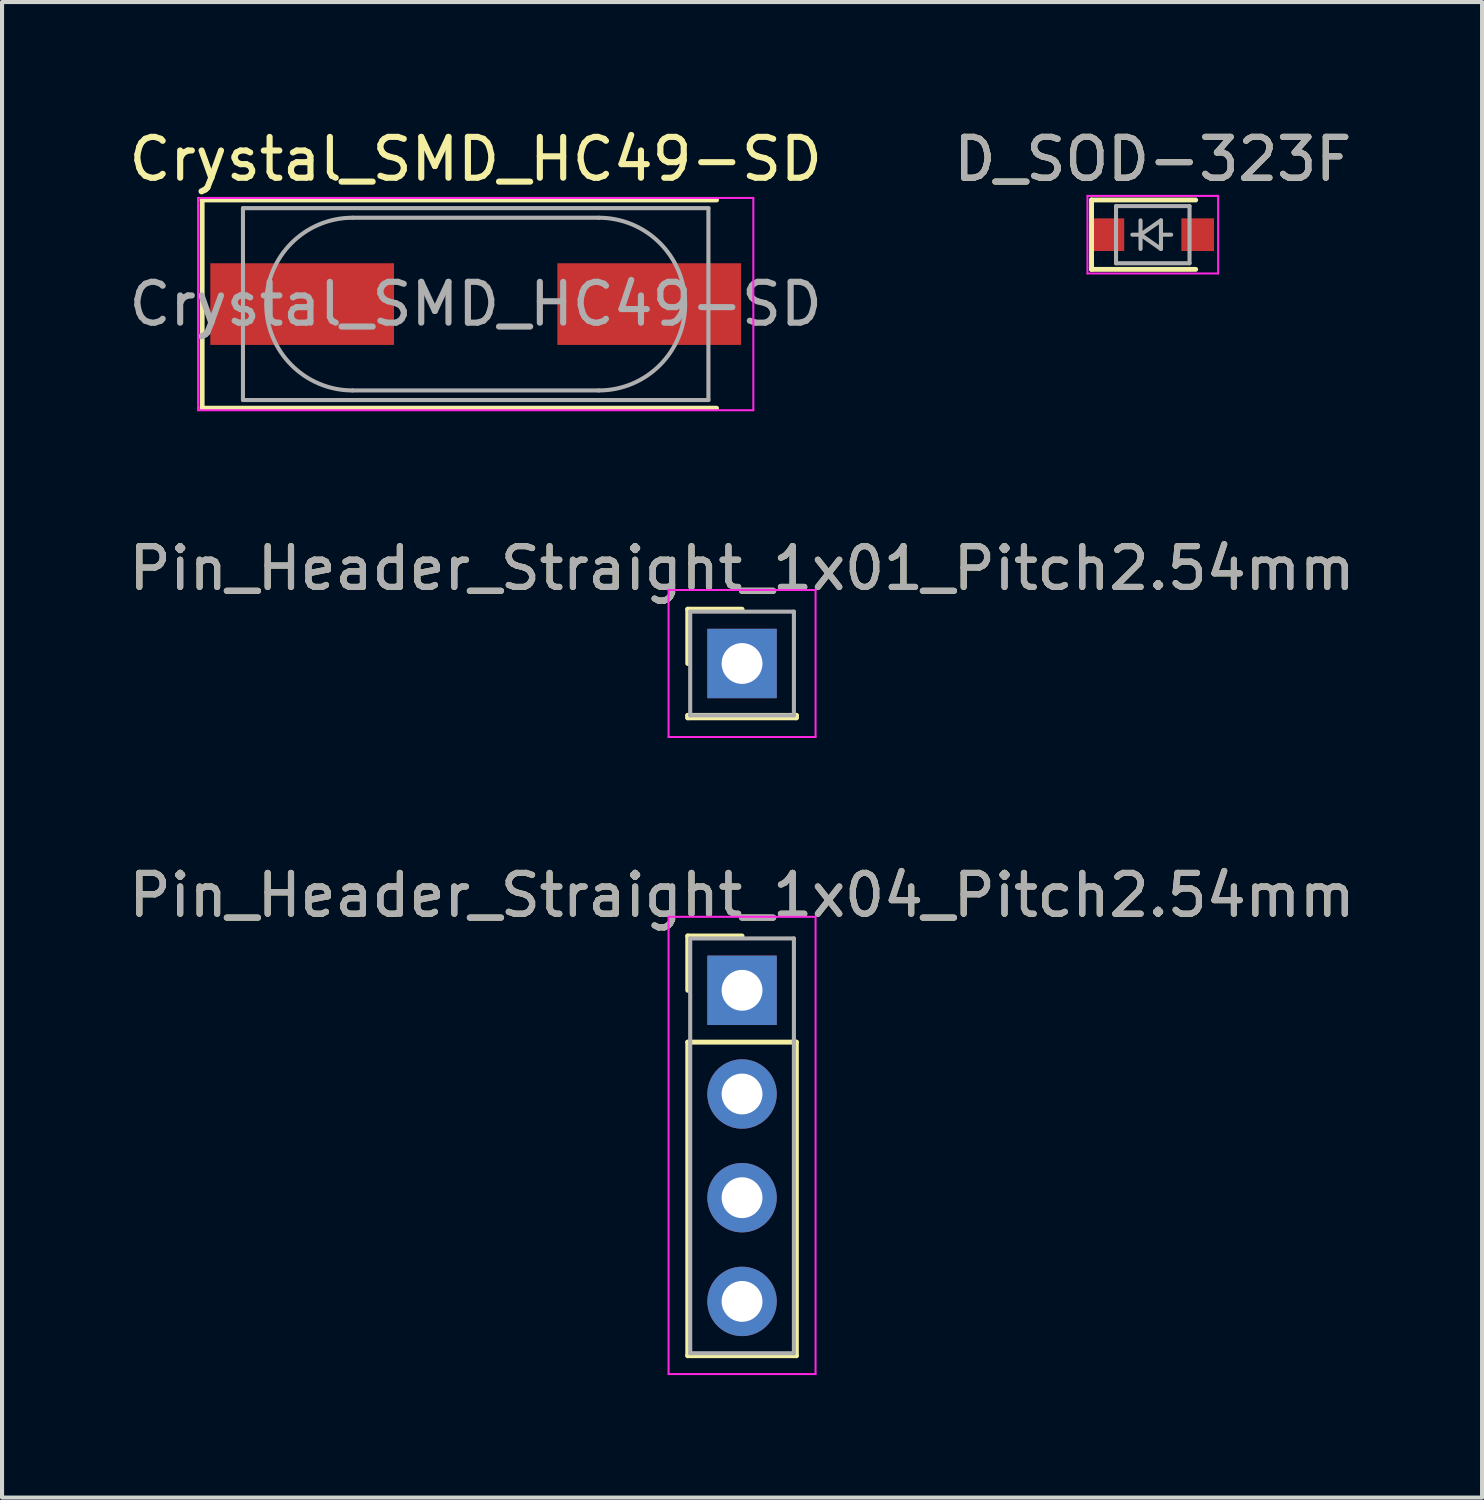
<source format=kicad_pcb>
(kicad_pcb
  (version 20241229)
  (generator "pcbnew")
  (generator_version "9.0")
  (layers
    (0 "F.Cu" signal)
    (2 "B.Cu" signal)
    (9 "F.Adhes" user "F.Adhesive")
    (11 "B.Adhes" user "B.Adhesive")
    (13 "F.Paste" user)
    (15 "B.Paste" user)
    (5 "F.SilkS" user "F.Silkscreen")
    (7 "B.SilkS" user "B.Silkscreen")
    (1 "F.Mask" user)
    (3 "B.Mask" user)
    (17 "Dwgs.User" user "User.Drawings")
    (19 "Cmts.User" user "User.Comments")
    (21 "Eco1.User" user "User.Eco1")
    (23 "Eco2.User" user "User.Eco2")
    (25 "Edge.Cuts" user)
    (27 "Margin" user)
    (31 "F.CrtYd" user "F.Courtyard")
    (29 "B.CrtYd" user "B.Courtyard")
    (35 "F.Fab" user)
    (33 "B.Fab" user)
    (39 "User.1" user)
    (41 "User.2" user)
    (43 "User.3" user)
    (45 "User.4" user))
  (footprint "Pin_Header_Straight_1x01_Pitch2.54mm"
    (layer "F.Cu")
    (at 15.125 13.201)
    (property "Reference" "Pin_Header_Straight_1x01_Pitch2.54mm" (at 0 -2.33 0) (layer "F.SilkS") (effects (font (size 1 1) (thickness 0.15))))
    (attr through_hole)
    (fp_line (start -1.33 -1.33) (end 0 -1.33) (stroke (width 0.12) (type solid)) (layer "F.SilkS"))
    (fp_line (start -1.33 0) (end -1.33 -1.33) (stroke (width 0.12) (type solid)) (layer "F.SilkS"))
    (fp_line (start -1.33 1.27) (end -1.33 1.33) (stroke (width 0.12) (type solid)) (layer "F.SilkS"))
    (fp_line (start -1.33 1.33) (end 1.33 1.33) (stroke (width 0.12) (type solid)) (layer "F.SilkS"))
    (fp_line (start 1.33 1.27) (end -1.33 1.27) (stroke (width 0.12) (type solid)) (layer "F.SilkS"))
    (fp_line (start 1.33 1.33) (end 1.33 1.27) (stroke (width 0.12) (type solid)) (layer "F.SilkS"))
    (fp_line (start -1.8 -1.8) (end -1.8 1.8) (stroke (width 0.05) (type solid)) (layer "F.CrtYd"))
    (fp_line (start -1.8 1.8) (end 1.8 1.8) (stroke (width 0.05) (type solid)) (layer "F.CrtYd"))
    (fp_line (start 1.8 -1.8) (end -1.8 -1.8) (stroke (width 0.05) (type solid)) (layer "F.CrtYd"))
    (fp_line (start 1.8 1.8) (end 1.8 -1.8) (stroke (width 0.05) (type solid)) (layer "F.CrtYd"))
    (fp_line (start -1.27 -1.27) (end -1.27 1.27) (stroke (width 0.1) (type solid)) (layer "F.Fab"))
    (fp_line (start -1.27 1.27) (end 1.27 1.27) (stroke (width 0.1) (type solid)) (layer "F.Fab"))
    (fp_line (start 1.27 -1.27) (end -1.27 -1.27) (stroke (width 0.1) (type solid)) (layer "F.Fab"))
    (fp_line (start 1.27 1.27) (end 1.27 -1.27) (stroke (width 0.1) (type solid)) (layer "F.Fab"))
    (fp_text user "${REFERENCE}" (at 0 -2.33 0) (layer "F.Fab") (effects (font (size 1 1) (thickness 0.15))))
    (pad "1" thru_hole rect (at 0 0) (size 1.7 1.7) (drill 1) (layers "*.Cu" "*.Mask")))
  (footprint "Pin_Header_Straight_1x04_Pitch2.54mm"
    (layer "F.Cu")
    (at 15.125 21.205)
    (property "Reference" "Pin_Header_Straight_1x04_Pitch2.54mm" (at 0 -2.33 0) (layer "F.SilkS") (effects (font (size 1 1) (thickness 0.15))))
    (attr through_hole)
    (fp_line (start -1.33 -1.33) (end 0 -1.33) (stroke (width 0.12) (type solid)) (layer "F.SilkS"))
    (fp_line (start -1.33 0) (end -1.33 -1.33) (stroke (width 0.12) (type solid)) (layer "F.SilkS"))
    (fp_line (start -1.33 1.27) (end -1.33 8.95) (stroke (width 0.12) (type solid)) (layer "F.SilkS"))
    (fp_line (start -1.33 8.95) (end 1.33 8.95) (stroke (width 0.12) (type solid)) (layer "F.SilkS"))
    (fp_line (start 1.33 1.27) (end -1.33 1.27) (stroke (width 0.12) (type solid)) (layer "F.SilkS"))
    (fp_line (start 1.33 8.95) (end 1.33 1.27) (stroke (width 0.12) (type solid)) (layer "F.SilkS"))
    (fp_line (start -1.8 -1.8) (end -1.8 9.4) (stroke (width 0.05) (type solid)) (layer "F.CrtYd"))
    (fp_line (start -1.8 9.4) (end 1.8 9.4) (stroke (width 0.05) (type solid)) (layer "F.CrtYd"))
    (fp_line (start 1.8 -1.8) (end -1.8 -1.8) (stroke (width 0.05) (type solid)) (layer "F.CrtYd"))
    (fp_line (start 1.8 9.4) (end 1.8 -1.8) (stroke (width 0.05) (type solid)) (layer "F.CrtYd"))
    (fp_line (start -1.27 -1.27) (end -1.27 8.89) (stroke (width 0.1) (type solid)) (layer "F.Fab"))
    (fp_line (start -1.27 8.89) (end 1.27 8.89) (stroke (width 0.1) (type solid)) (layer "F.Fab"))
    (fp_line (start 1.27 -1.27) (end -1.27 -1.27) (stroke (width 0.1) (type solid)) (layer "F.Fab"))
    (fp_line (start 1.27 8.89) (end 1.27 -1.27) (stroke (width 0.1) (type solid)) (layer "F.Fab"))
    (fp_text user "${REFERENCE}" (at 0 -2.33 0) (layer "F.Fab") (effects (font (size 1 1) (thickness 0.15))))
    (pad "1" thru_hole rect (at 0 0) (size 1.7 1.7) (drill 1) (layers "*.Cu" "*.Mask"))
    (pad "2" thru_hole oval (at 0 2.54) (size 1.7 1.7) (drill 1) (layers "*.Cu" "*.Mask"))
    (pad "3" thru_hole oval (at 0 5.08) (size 1.7 1.7) (drill 1) (layers "*.Cu" "*.Mask"))
    (pad "4" thru_hole oval (at 0 7.62) (size 1.7 1.7) (drill 1) (layers "*.Cu" "*.Mask")))
  (footprint "Crystal_SMD_HC49-SD"
    (layer "F.Cu")
    (at 8.601 4.398)
    (property "Reference" "Crystal_SMD_HC49-SD" (at 0 -3.55 0) (layer "F.SilkS") (effects (font (size 1 1) (thickness 0.15))))
    (attr smd)
    (fp_line (start -6.7 -2.55) (end -6.7 2.55) (stroke (width 0.12) (type solid)) (layer "F.SilkS"))
    (fp_line (start -6.7 2.55) (end 5.9 2.55) (stroke (width 0.12) (type solid)) (layer "F.SilkS"))
    (fp_line (start 5.9 -2.55) (end -6.7 -2.55) (stroke (width 0.12) (type solid)) (layer "F.SilkS"))
    (fp_line (start -6.8 -2.6) (end -6.8 2.6) (stroke (width 0.05) (type solid)) (layer "F.CrtYd"))
    (fp_line (start -6.8 2.6) (end 6.8 2.6) (stroke (width 0.05) (type solid)) (layer "F.CrtYd"))
    (fp_line (start 6.8 -2.6) (end -6.8 -2.6) (stroke (width 0.05) (type solid)) (layer "F.CrtYd"))
    (fp_line (start 6.8 2.6) (end 6.8 -2.6) (stroke (width 0.05) (type solid)) (layer "F.CrtYd"))
    (fp_line (start -5.7 -2.35) (end -5.7 2.35) (stroke (width 0.1) (type solid)) (layer "F.Fab"))
    (fp_line (start -5.7 2.35) (end 5.7 2.35) (stroke (width 0.1) (type solid)) (layer "F.Fab"))
    (fp_line (start -3.015 -2.115) (end 3.015 -2.115) (stroke (width 0.1) (type solid)) (layer "F.Fab"))
    (fp_line (start -3.015 2.115) (end 3.015 2.115) (stroke (width 0.1) (type solid)) (layer "F.Fab"))
    (fp_line (start 5.7 -2.35) (end -5.7 -2.35) (stroke (width 0.1) (type solid)) (layer "F.Fab"))
    (fp_line (start 5.7 2.35) (end 5.7 -2.35) (stroke (width 0.1) (type solid)) (layer "F.Fab"))
    (fp_arc (start -3.015 2.115) (mid -5.13 0) (end -3.015 -2.115) (stroke (width 0.1) (type solid)) (layer "F.Fab"))
    (fp_arc (start 3.015 -2.115) (mid 5.13 0) (end 3.015 2.115) (stroke (width 0.1) (type solid)) (layer "F.Fab"))
    (fp_text user "${REFERENCE}" (at 0 0 0) (layer "F.Fab") (effects (font (size 1 1) (thickness 0.15))))
    (pad "1" smd rect (at -4.25 0) (size 4.5 2) (layers "F.Cu" "F.Mask" "F.Paste"))
    (pad "2" smd rect (at 4.25 0) (size 4.5 2) (layers "F.Cu" "F.Mask" "F.Paste")))
  (footprint "D_SOD-323F"
    (layer "F.Cu")
    (at 25.185 2.698)
    (property "Reference" "D_SOD-323F" (at 0 -1.85 0) (layer "F.SilkS") (effects (font (size 1 1) (thickness 0.15))))
    (attr smd)
    (fp_line (start -1.5 -0.85) (end -1.5 0.85) (stroke (width 0.12) (type solid)) (layer "F.SilkS"))
    (fp_line (start -1.5 -0.85) (end 1.05 -0.85) (stroke (width 0.12) (type solid)) (layer "F.SilkS"))
    (fp_line (start -1.5 0.85) (end 1.05 0.85) (stroke (width 0.12) (type solid)) (layer "F.SilkS"))
    (fp_line (start -1.6 -0.95) (end -1.6 0.95) (stroke (width 0.05) (type solid)) (layer "F.CrtYd"))
    (fp_line (start -1.6 -0.95) (end 1.6 -0.95) (stroke (width 0.05) (type solid)) (layer "F.CrtYd"))
    (fp_line (start -1.6 0.95) (end 1.6 0.95) (stroke (width 0.05) (type solid)) (layer "F.CrtYd"))
    (fp_line (start 1.6 -0.95) (end 1.6 0.95) (stroke (width 0.05) (type solid)) (layer "F.CrtYd"))
    (fp_line (start -0.9 -0.7) (end 0.9 -0.7) (stroke (width 0.1) (type solid)) (layer "F.Fab"))
    (fp_line (start -0.9 0.7) (end -0.9 -0.7) (stroke (width 0.1) (type solid)) (layer "F.Fab"))
    (fp_line (start -0.3 -0.35) (end -0.3 0.35) (stroke (width 0.1) (type solid)) (layer "F.Fab"))
    (fp_line (start -0.3 0) (end -0.5 0) (stroke (width 0.1) (type solid)) (layer "F.Fab"))
    (fp_line (start -0.3 0) (end 0.2 -0.35) (stroke (width 0.1) (type solid)) (layer "F.Fab"))
    (fp_line (start 0.2 -0.35) (end 0.2 0.35) (stroke (width 0.1) (type solid)) (layer "F.Fab"))
    (fp_line (start 0.2 0) (end 0.45 0) (stroke (width 0.1) (type solid)) (layer "F.Fab"))
    (fp_line (start 0.2 0.35) (end -0.3 0) (stroke (width 0.1) (type solid)) (layer "F.Fab"))
    (fp_line (start 0.9 -0.7) (end 0.9 0.7) (stroke (width 0.1) (type solid)) (layer "F.Fab"))
    (fp_line (start 0.9 0.7) (end -0.9 0.7) (stroke (width 0.1) (type solid)) (layer "F.Fab"))
    (fp_text user "${REFERENCE}" (at 0 -1.85 0) (layer "F.Fab") (effects (font (size 1 1) (thickness 0.15))))
    (pad "1" smd rect (at -1.1 0) (size 0.8 0.8) (layers "F.Cu" "F.Mask" "F.Paste"))
    (pad "2" smd rect (at 1.1 0) (size 0.8 0.8) (layers "F.Cu" "F.Mask" "F.Paste")))
  (gr_rect
    (start -3 -3)
    (end 33.25 33.63)
    (stroke (width 0.1) (type default))
    (fill no)
    (layer "Edge.Cuts")))
</source>
